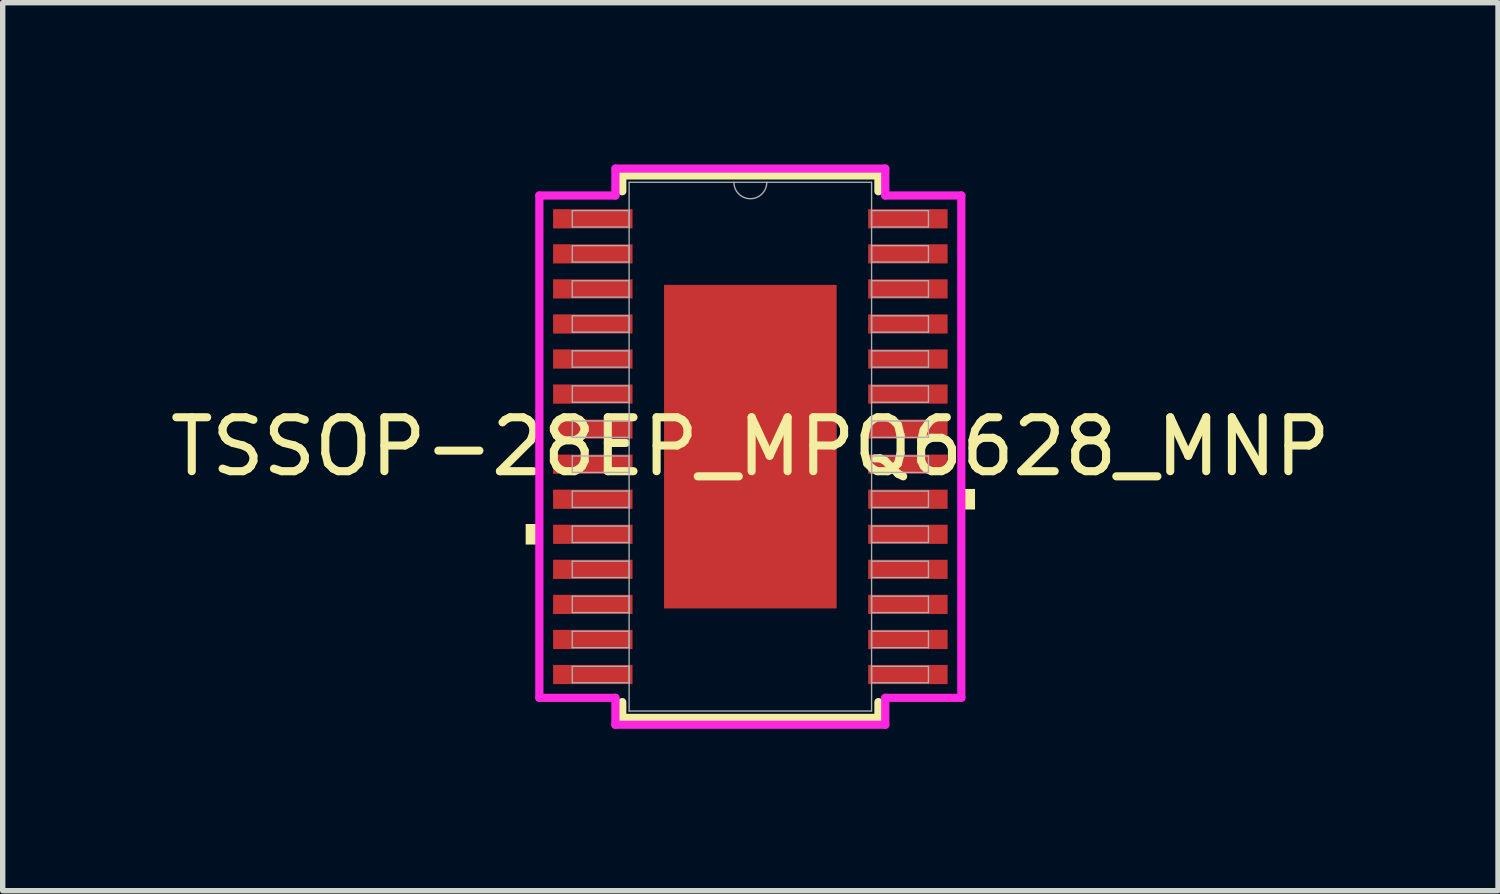
<source format=kicad_pcb>
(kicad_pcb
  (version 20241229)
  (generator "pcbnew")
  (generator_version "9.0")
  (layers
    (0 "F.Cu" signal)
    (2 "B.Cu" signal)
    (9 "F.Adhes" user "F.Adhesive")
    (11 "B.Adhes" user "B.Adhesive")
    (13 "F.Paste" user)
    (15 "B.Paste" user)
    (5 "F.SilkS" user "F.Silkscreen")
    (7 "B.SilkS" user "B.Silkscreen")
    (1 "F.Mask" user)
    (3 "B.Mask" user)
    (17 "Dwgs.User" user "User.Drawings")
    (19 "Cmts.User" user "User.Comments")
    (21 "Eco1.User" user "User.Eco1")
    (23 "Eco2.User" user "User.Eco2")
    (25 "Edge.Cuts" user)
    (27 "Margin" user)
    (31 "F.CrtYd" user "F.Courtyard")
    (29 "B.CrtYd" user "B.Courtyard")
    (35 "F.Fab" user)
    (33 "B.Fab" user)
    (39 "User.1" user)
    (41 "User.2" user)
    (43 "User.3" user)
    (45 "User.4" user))
  (footprint "TSSOP-28EP_MPQ6628_MNP"
    (layer "F.Cu")
    (at 10.863 5.232)
    (property "Reference" "TSSOP-28EP_MPQ6628_MNP" (at 0 0 0) (unlocked yes) (layer "F.SilkS") (effects (font (size 1 1) (thickness 0.15))))
    (attr smd)
    (fp_line (start -2.375 -5.029) (end -2.375 -4.736) (stroke (width 0.152) (type solid)) (layer "F.SilkS"))
    (fp_line (start -2.375 4.736) (end -2.375 5.029) (stroke (width 0.152) (type solid)) (layer "F.SilkS"))
    (fp_line (start -2.375 5.029) (end 2.375 5.029) (stroke (width 0.152) (type solid)) (layer "F.SilkS"))
    (fp_line (start 2.375 -5.029) (end -2.375 -5.029) (stroke (width 0.152) (type solid)) (layer "F.SilkS"))
    (fp_line (start 2.375 -4.736) (end 2.375 -5.029) (stroke (width 0.152) (type solid)) (layer "F.SilkS"))
    (fp_line (start 2.375 5.029) (end 2.375 4.736) (stroke (width 0.152) (type solid)) (layer "F.SilkS"))
    (fp_poly (pts (xy -4.166 1.434) (xy -4.166 1.815) (xy -3.912 1.815) (xy -3.912 1.434)) (stroke (width 0) (type solid)) (fill yes) (layer "F.SilkS"))
    (fp_poly (pts (xy 4.166 0.784) (xy 4.166 1.165) (xy 3.912 1.165) (xy 3.912 0.784)) (stroke (width 0) (type solid)) (fill yes) (layer "F.SilkS"))
    (fp_poly (pts (xy -1.5 -2.9) (xy -1.5 -1.6) (xy -0.1 -1.6) (xy -0.1 -2.9)) (stroke (width 0) (type solid)) (fill yes) (layer "F.Paste"))
    (fp_poly (pts (xy -1.5 0.1) (xy -1.5 1.4) (xy -0.1 1.4) (xy -0.1 0.1)) (stroke (width 0) (type solid)) (fill yes) (layer "F.Paste"))
    (fp_poly (pts (xy -1.5 1.6) (xy -1.5 2.9) (xy -0.1 2.9) (xy -0.1 1.6)) (stroke (width 0) (type solid)) (fill yes) (layer "F.Paste"))
    (fp_poly (pts (xy 0.1 -2.9) (xy 0.1 -1.6) (xy 1.5 -1.6) (xy 1.5 -2.9)) (stroke (width 0) (type solid)) (fill yes) (layer "F.Paste"))
    (fp_poly (pts (xy 0.1 -1.4) (xy 0.1 -0.1) (xy 1.5 -0.1) (xy 1.5 -1.4)) (stroke (width 0) (type solid)) (fill yes) (layer "F.Paste"))
    (fp_poly (pts (xy 0.1 0.1) (xy 0.1 1.4) (xy 1.5 1.4) (xy 1.5 0.1)) (stroke (width 0) (type solid)) (fill yes) (layer "F.Paste"))
    (fp_poly (pts (xy 0.1 1.6) (xy 0.1 2.9) (xy 1.5 2.9) (xy 1.5 1.6)) (stroke (width 0) (type solid)) (fill yes) (layer "F.Paste"))
    (fp_line (start -3.912 -4.657) (end -2.502 -4.657) (stroke (width 0.152) (type solid)) (layer "F.CrtYd"))
    (fp_line (start -3.912 4.657) (end -3.912 -4.657) (stroke (width 0.152) (type solid)) (layer "F.CrtYd"))
    (fp_line (start -3.912 4.657) (end -2.502 4.657) (stroke (width 0.152) (type solid)) (layer "F.CrtYd"))
    (fp_line (start -2.502 -5.156) (end 2.502 -5.156) (stroke (width 0.152) (type solid)) (layer "F.CrtYd"))
    (fp_line (start -2.502 -4.657) (end -2.502 -5.156) (stroke (width 0.152) (type solid)) (layer "F.CrtYd"))
    (fp_line (start -2.502 5.156) (end -2.502 4.657) (stroke (width 0.152) (type solid)) (layer "F.CrtYd"))
    (fp_line (start 2.502 -5.156) (end 2.502 -4.657) (stroke (width 0.152) (type solid)) (layer "F.CrtYd"))
    (fp_line (start 2.502 4.657) (end 2.502 5.156) (stroke (width 0.152) (type solid)) (layer "F.CrtYd"))
    (fp_line (start 2.502 5.156) (end -2.502 5.156) (stroke (width 0.152) (type solid)) (layer "F.CrtYd"))
    (fp_line (start 3.912 -4.657) (end 2.502 -4.657) (stroke (width 0.152) (type solid)) (layer "F.CrtYd"))
    (fp_line (start 3.912 -4.657) (end 3.912 4.657) (stroke (width 0.152) (type solid)) (layer "F.CrtYd"))
    (fp_line (start 3.912 4.657) (end 2.502 4.657) (stroke (width 0.152) (type solid)) (layer "F.CrtYd"))
    (fp_line (start -3.302 -4.377) (end -3.302 -4.073) (stroke (width 0.025) (type solid)) (layer "F.Fab"))
    (fp_line (start -3.302 -4.073) (end -2.248 -4.073) (stroke (width 0.025) (type solid)) (layer "F.Fab"))
    (fp_line (start -3.302 -3.727) (end -3.302 -3.423) (stroke (width 0.025) (type solid)) (layer "F.Fab"))
    (fp_line (start -3.302 -3.423) (end -2.248 -3.423) (stroke (width 0.025) (type solid)) (layer "F.Fab"))
    (fp_line (start -3.302 -3.077) (end -3.302 -2.773) (stroke (width 0.025) (type solid)) (layer "F.Fab"))
    (fp_line (start -3.302 -2.773) (end -2.248 -2.773) (stroke (width 0.025) (type solid)) (layer "F.Fab"))
    (fp_line (start -3.302 -2.427) (end -3.302 -2.123) (stroke (width 0.025) (type solid)) (layer "F.Fab"))
    (fp_line (start -3.302 -2.123) (end -2.248 -2.123) (stroke (width 0.025) (type solid)) (layer "F.Fab"))
    (fp_line (start -3.302 -1.777) (end -3.302 -1.473) (stroke (width 0.025) (type solid)) (layer "F.Fab"))
    (fp_line (start -3.302 -1.473) (end -2.248 -1.473) (stroke (width 0.025) (type solid)) (layer "F.Fab"))
    (fp_line (start -3.302 -1.127) (end -3.302 -0.823) (stroke (width 0.025) (type solid)) (layer "F.Fab"))
    (fp_line (start -3.302 -0.823) (end -2.248 -0.823) (stroke (width 0.025) (type solid)) (layer "F.Fab"))
    (fp_line (start -3.302 -0.477) (end -3.302 -0.173) (stroke (width 0.025) (type solid)) (layer "F.Fab"))
    (fp_line (start -3.302 -0.173) (end -2.248 -0.173) (stroke (width 0.025) (type solid)) (layer "F.Fab"))
    (fp_line (start -3.302 0.173) (end -3.302 0.477) (stroke (width 0.025) (type solid)) (layer "F.Fab"))
    (fp_line (start -3.302 0.477) (end -2.248 0.477) (stroke (width 0.025) (type solid)) (layer "F.Fab"))
    (fp_line (start -3.302 0.823) (end -3.302 1.127) (stroke (width 0.025) (type solid)) (layer "F.Fab"))
    (fp_line (start -3.302 1.127) (end -2.248 1.127) (stroke (width 0.025) (type solid)) (layer "F.Fab"))
    (fp_line (start -3.302 1.473) (end -3.302 1.777) (stroke (width 0.025) (type solid)) (layer "F.Fab"))
    (fp_line (start -3.302 1.777) (end -2.248 1.777) (stroke (width 0.025) (type solid)) (layer "F.Fab"))
    (fp_line (start -3.302 2.123) (end -3.302 2.427) (stroke (width 0.025) (type solid)) (layer "F.Fab"))
    (fp_line (start -3.302 2.427) (end -2.248 2.427) (stroke (width 0.025) (type solid)) (layer "F.Fab"))
    (fp_line (start -3.302 2.773) (end -3.302 3.077) (stroke (width 0.025) (type solid)) (layer "F.Fab"))
    (fp_line (start -3.302 3.077) (end -2.248 3.077) (stroke (width 0.025) (type solid)) (layer "F.Fab"))
    (fp_line (start -3.302 3.423) (end -3.302 3.727) (stroke (width 0.025) (type solid)) (layer "F.Fab"))
    (fp_line (start -3.302 3.727) (end -2.248 3.727) (stroke (width 0.025) (type solid)) (layer "F.Fab"))
    (fp_line (start -3.302 4.073) (end -3.302 4.377) (stroke (width 0.025) (type solid)) (layer "F.Fab"))
    (fp_line (start -3.302 4.377) (end -2.248 4.377) (stroke (width 0.025) (type solid)) (layer "F.Fab"))
    (fp_line (start -2.248 -4.902) (end -2.248 4.902) (stroke (width 0.025) (type solid)) (layer "F.Fab"))
    (fp_line (start -2.248 -4.377) (end -3.302 -4.377) (stroke (width 0.025) (type solid)) (layer "F.Fab"))
    (fp_line (start -2.248 -4.073) (end -2.248 -4.377) (stroke (width 0.025) (type solid)) (layer "F.Fab"))
    (fp_line (start -2.248 -3.727) (end -3.302 -3.727) (stroke (width 0.025) (type solid)) (layer "F.Fab"))
    (fp_line (start -2.248 -3.423) (end -2.248 -3.727) (stroke (width 0.025) (type solid)) (layer "F.Fab"))
    (fp_line (start -2.248 -3.077) (end -3.302 -3.077) (stroke (width 0.025) (type solid)) (layer "F.Fab"))
    (fp_line (start -2.248 -2.773) (end -2.248 -3.077) (stroke (width 0.025) (type solid)) (layer "F.Fab"))
    (fp_line (start -2.248 -2.427) (end -3.302 -2.427) (stroke (width 0.025) (type solid)) (layer "F.Fab"))
    (fp_line (start -2.248 -2.123) (end -2.248 -2.427) (stroke (width 0.025) (type solid)) (layer "F.Fab"))
    (fp_line (start -2.248 -1.777) (end -3.302 -1.777) (stroke (width 0.025) (type solid)) (layer "F.Fab"))
    (fp_line (start -2.248 -1.473) (end -2.248 -1.777) (stroke (width 0.025) (type solid)) (layer "F.Fab"))
    (fp_line (start -2.248 -1.127) (end -3.302 -1.127) (stroke (width 0.025) (type solid)) (layer "F.Fab"))
    (fp_line (start -2.248 -0.823) (end -2.248 -1.127) (stroke (width 0.025) (type solid)) (layer "F.Fab"))
    (fp_line (start -2.248 -0.477) (end -3.302 -0.477) (stroke (width 0.025) (type solid)) (layer "F.Fab"))
    (fp_line (start -2.248 -0.173) (end -2.248 -0.477) (stroke (width 0.025) (type solid)) (layer "F.Fab"))
    (fp_line (start -2.248 0.173) (end -3.302 0.173) (stroke (width 0.025) (type solid)) (layer "F.Fab"))
    (fp_line (start -2.248 0.477) (end -2.248 0.173) (stroke (width 0.025) (type solid)) (layer "F.Fab"))
    (fp_line (start -2.248 0.823) (end -3.302 0.823) (stroke (width 0.025) (type solid)) (layer "F.Fab"))
    (fp_line (start -2.248 1.127) (end -2.248 0.823) (stroke (width 0.025) (type solid)) (layer "F.Fab"))
    (fp_line (start -2.248 1.473) (end -3.302 1.473) (stroke (width 0.025) (type solid)) (layer "F.Fab"))
    (fp_line (start -2.248 1.777) (end -2.248 1.473) (stroke (width 0.025) (type solid)) (layer "F.Fab"))
    (fp_line (start -2.248 2.123) (end -3.302 2.123) (stroke (width 0.025) (type solid)) (layer "F.Fab"))
    (fp_line (start -2.248 2.427) (end -2.248 2.123) (stroke (width 0.025) (type solid)) (layer "F.Fab"))
    (fp_line (start -2.248 2.773) (end -3.302 2.773) (stroke (width 0.025) (type solid)) (layer "F.Fab"))
    (fp_line (start -2.248 3.077) (end -2.248 2.773) (stroke (width 0.025) (type solid)) (layer "F.Fab"))
    (fp_line (start -2.248 3.423) (end -3.302 3.423) (stroke (width 0.025) (type solid)) (layer "F.Fab"))
    (fp_line (start -2.248 3.727) (end -2.248 3.423) (stroke (width 0.025) (type solid)) (layer "F.Fab"))
    (fp_line (start -2.248 4.073) (end -3.302 4.073) (stroke (width 0.025) (type solid)) (layer "F.Fab"))
    (fp_line (start -2.248 4.377) (end -2.248 4.073) (stroke (width 0.025) (type solid)) (layer "F.Fab"))
    (fp_line (start -2.248 4.902) (end 2.248 4.902) (stroke (width 0.025) (type solid)) (layer "F.Fab"))
    (fp_line (start 2.248 -4.902) (end -2.248 -4.902) (stroke (width 0.025) (type solid)) (layer "F.Fab"))
    (fp_line (start 2.248 -4.377) (end 2.248 -4.073) (stroke (width 0.025) (type solid)) (layer "F.Fab"))
    (fp_line (start 2.248 -4.073) (end 3.302 -4.073) (stroke (width 0.025) (type solid)) (layer "F.Fab"))
    (fp_line (start 2.248 -3.727) (end 2.248 -3.423) (stroke (width 0.025) (type solid)) (layer "F.Fab"))
    (fp_line (start 2.248 -3.423) (end 3.302 -3.423) (stroke (width 0.025) (type solid)) (layer "F.Fab"))
    (fp_line (start 2.248 -3.077) (end 2.248 -2.773) (stroke (width 0.025) (type solid)) (layer "F.Fab"))
    (fp_line (start 2.248 -2.773) (end 3.302 -2.773) (stroke (width 0.025) (type solid)) (layer "F.Fab"))
    (fp_line (start 2.248 -2.427) (end 2.248 -2.123) (stroke (width 0.025) (type solid)) (layer "F.Fab"))
    (fp_line (start 2.248 -2.123) (end 3.302 -2.123) (stroke (width 0.025) (type solid)) (layer "F.Fab"))
    (fp_line (start 2.248 -1.777) (end 2.248 -1.473) (stroke (width 0.025) (type solid)) (layer "F.Fab"))
    (fp_line (start 2.248 -1.473) (end 3.302 -1.473) (stroke (width 0.025) (type solid)) (layer "F.Fab"))
    (fp_line (start 2.248 -1.127) (end 2.248 -0.823) (stroke (width 0.025) (type solid)) (layer "F.Fab"))
    (fp_line (start 2.248 -0.823) (end 3.302 -0.823) (stroke (width 0.025) (type solid)) (layer "F.Fab"))
    (fp_line (start 2.248 -0.477) (end 2.248 -0.173) (stroke (width 0.025) (type solid)) (layer "F.Fab"))
    (fp_line (start 2.248 -0.173) (end 3.302 -0.173) (stroke (width 0.025) (type solid)) (layer "F.Fab"))
    (fp_line (start 2.248 0.173) (end 2.248 0.477) (stroke (width 0.025) (type solid)) (layer "F.Fab"))
    (fp_line (start 2.248 0.477) (end 3.302 0.477) (stroke (width 0.025) (type solid)) (layer "F.Fab"))
    (fp_line (start 2.248 0.823) (end 2.248 1.127) (stroke (width 0.025) (type solid)) (layer "F.Fab"))
    (fp_line (start 2.248 1.127) (end 3.302 1.127) (stroke (width 0.025) (type solid)) (layer "F.Fab"))
    (fp_line (start 2.248 1.473) (end 2.248 1.777) (stroke (width 0.025) (type solid)) (layer "F.Fab"))
    (fp_line (start 2.248 1.777) (end 3.302 1.777) (stroke (width 0.025) (type solid)) (layer "F.Fab"))
    (fp_line (start 2.248 2.123) (end 2.248 2.427) (stroke (width 0.025) (type solid)) (layer "F.Fab"))
    (fp_line (start 2.248 2.427) (end 3.302 2.427) (stroke (width 0.025) (type solid)) (layer "F.Fab"))
    (fp_line (start 2.248 2.773) (end 2.248 3.077) (stroke (width 0.025) (type solid)) (layer "F.Fab"))
    (fp_line (start 2.248 3.077) (end 3.302 3.077) (stroke (width 0.025) (type solid)) (layer "F.Fab"))
    (fp_line (start 2.248 3.423) (end 2.248 3.727) (stroke (width 0.025) (type solid)) (layer "F.Fab"))
    (fp_line (start 2.248 3.727) (end 3.302 3.727) (stroke (width 0.025) (type solid)) (layer "F.Fab"))
    (fp_line (start 2.248 4.073) (end 2.248 4.377) (stroke (width 0.025) (type solid)) (layer "F.Fab"))
    (fp_line (start 2.248 4.377) (end 3.302 4.377) (stroke (width 0.025) (type solid)) (layer "F.Fab"))
    (fp_line (start 2.248 4.902) (end 2.248 -4.902) (stroke (width 0.025) (type solid)) (layer "F.Fab"))
    (fp_line (start 3.302 -4.377) (end 2.248 -4.377) (stroke (width 0.025) (type solid)) (layer "F.Fab"))
    (fp_line (start 3.302 -4.073) (end 3.302 -4.377) (stroke (width 0.025) (type solid)) (layer "F.Fab"))
    (fp_line (start 3.302 -3.727) (end 2.248 -3.727) (stroke (width 0.025) (type solid)) (layer "F.Fab"))
    (fp_line (start 3.302 -3.423) (end 3.302 -3.727) (stroke (width 0.025) (type solid)) (layer "F.Fab"))
    (fp_line (start 3.302 -3.077) (end 2.248 -3.077) (stroke (width 0.025) (type solid)) (layer "F.Fab"))
    (fp_line (start 3.302 -2.773) (end 3.302 -3.077) (stroke (width 0.025) (type solid)) (layer "F.Fab"))
    (fp_line (start 3.302 -2.427) (end 2.248 -2.427) (stroke (width 0.025) (type solid)) (layer "F.Fab"))
    (fp_line (start 3.302 -2.123) (end 3.302 -2.427) (stroke (width 0.025) (type solid)) (layer "F.Fab"))
    (fp_line (start 3.302 -1.777) (end 2.248 -1.777) (stroke (width 0.025) (type solid)) (layer "F.Fab"))
    (fp_line (start 3.302 -1.473) (end 3.302 -1.777) (stroke (width 0.025) (type solid)) (layer "F.Fab"))
    (fp_line (start 3.302 -1.127) (end 2.248 -1.127) (stroke (width 0.025) (type solid)) (layer "F.Fab"))
    (fp_line (start 3.302 -0.823) (end 3.302 -1.127) (stroke (width 0.025) (type solid)) (layer "F.Fab"))
    (fp_line (start 3.302 -0.477) (end 2.248 -0.477) (stroke (width 0.025) (type solid)) (layer "F.Fab"))
    (fp_line (start 3.302 -0.173) (end 3.302 -0.477) (stroke (width 0.025) (type solid)) (layer "F.Fab"))
    (fp_line (start 3.302 0.173) (end 2.248 0.173) (stroke (width 0.025) (type solid)) (layer "F.Fab"))
    (fp_line (start 3.302 0.477) (end 3.302 0.173) (stroke (width 0.025) (type solid)) (layer "F.Fab"))
    (fp_line (start 3.302 0.823) (end 2.248 0.823) (stroke (width 0.025) (type solid)) (layer "F.Fab"))
    (fp_line (start 3.302 1.127) (end 3.302 0.823) (stroke (width 0.025) (type solid)) (layer "F.Fab"))
    (fp_line (start 3.302 1.473) (end 2.248 1.473) (stroke (width 0.025) (type solid)) (layer "F.Fab"))
    (fp_line (start 3.302 1.777) (end 3.302 1.473) (stroke (width 0.025) (type solid)) (layer "F.Fab"))
    (fp_line (start 3.302 2.123) (end 2.248 2.123) (stroke (width 0.025) (type solid)) (layer "F.Fab"))
    (fp_line (start 3.302 2.427) (end 3.302 2.123) (stroke (width 0.025) (type solid)) (layer "F.Fab"))
    (fp_line (start 3.302 2.773) (end 2.248 2.773) (stroke (width 0.025) (type solid)) (layer "F.Fab"))
    (fp_line (start 3.302 3.077) (end 3.302 2.773) (stroke (width 0.025) (type solid)) (layer "F.Fab"))
    (fp_line (start 3.302 3.423) (end 2.248 3.423) (stroke (width 0.025) (type solid)) (layer "F.Fab"))
    (fp_line (start 3.302 3.727) (end 3.302 3.423) (stroke (width 0.025) (type solid)) (layer "F.Fab"))
    (fp_line (start 3.302 4.073) (end 2.248 4.073) (stroke (width 0.025) (type solid)) (layer "F.Fab"))
    (fp_line (start 3.302 4.377) (end 3.302 4.073) (stroke (width 0.025) (type solid)) (layer "F.Fab"))
    (fp_arc (start 0.3048 -4.9022) (mid 0 -4.5974) (end -0.3048 -4.9022) (stroke (width 0.0254) (type solid)) (layer "F.Fab"))
    (pad "1" smd rect (at -2.921 -4.225) (size 1.473 0.356) (layers "F.Cu" "F.Mask" "F.Paste"))
    (pad "2" smd rect (at -2.921 -3.575) (size 1.473 0.356) (layers "F.Cu" "F.Mask" "F.Paste"))
    (pad "3" smd rect (at -2.921 -2.925) (size 1.473 0.356) (layers "F.Cu" "F.Mask" "F.Paste"))
    (pad "4" smd rect (at -2.921 -2.275) (size 1.473 0.356) (layers "F.Cu" "F.Mask" "F.Paste"))
    (pad "5" smd rect (at -2.921 -1.625) (size 1.473 0.356) (layers "F.Cu" "F.Mask" "F.Paste"))
    (pad "6" smd rect (at -2.921 -0.975) (size 1.473 0.356) (layers "F.Cu" "F.Mask" "F.Paste"))
    (pad "7" smd rect (at -2.921 -0.325) (size 1.473 0.356) (layers "F.Cu" "F.Mask" "F.Paste"))
    (pad "8" smd rect (at -2.921 0.325) (size 1.473 0.356) (layers "F.Cu" "F.Mask" "F.Paste"))
    (pad "9" smd rect (at -2.921 0.975) (size 1.473 0.356) (layers "F.Cu" "F.Mask" "F.Paste"))
    (pad "10" smd rect (at -2.921 1.625) (size 1.473 0.356) (layers "F.Cu" "F.Mask" "F.Paste"))
    (pad "11" smd rect (at -2.921 2.275) (size 1.473 0.356) (layers "F.Cu" "F.Mask" "F.Paste"))
    (pad "12" smd rect (at -2.921 2.925) (size 1.473 0.356) (layers "F.Cu" "F.Mask" "F.Paste"))
    (pad "13" smd rect (at -2.921 3.575) (size 1.473 0.356) (layers "F.Cu" "F.Mask" "F.Paste"))
    (pad "14" smd rect (at -2.921 4.225) (size 1.473 0.356) (layers "F.Cu" "F.Mask" "F.Paste"))
    (pad "15" smd rect (at 2.921 4.225) (size 1.473 0.356) (layers "F.Cu" "F.Mask" "F.Paste"))
    (pad "16" smd rect (at 2.921 3.575) (size 1.473 0.356) (layers "F.Cu" "F.Mask" "F.Paste"))
    (pad "17" smd rect (at 2.921 2.925) (size 1.473 0.356) (layers "F.Cu" "F.Mask" "F.Paste"))
    (pad "18" smd rect (at 2.921 2.275) (size 1.473 0.356) (layers "F.Cu" "F.Mask" "F.Paste"))
    (pad "19" smd rect (at 2.921 1.625) (size 1.473 0.356) (layers "F.Cu" "F.Mask" "F.Paste"))
    (pad "20" smd rect (at 2.921 0.975) (size 1.473 0.356) (layers "F.Cu" "F.Mask" "F.Paste"))
    (pad "21" smd rect (at 2.921 0.325) (size 1.473 0.356) (layers "F.Cu" "F.Mask" "F.Paste"))
    (pad "22" smd rect (at 2.921 -0.325) (size 1.473 0.356) (layers "F.Cu" "F.Mask" "F.Paste"))
    (pad "23" smd rect (at 2.921 -0.975) (size 1.473 0.356) (layers "F.Cu" "F.Mask" "F.Paste"))
    (pad "24" smd rect (at 2.921 -1.625) (size 1.473 0.356) (layers "F.Cu" "F.Mask" "F.Paste"))
    (pad "25" smd rect (at 2.921 -2.275) (size 1.473 0.356) (layers "F.Cu" "F.Mask" "F.Paste"))
    (pad "26" smd rect (at 2.921 -2.925) (size 1.473 0.356) (layers "F.Cu" "F.Mask" "F.Paste"))
    (pad "27" smd rect (at 2.921 -3.575) (size 1.473 0.356) (layers "F.Cu" "F.Mask" "F.Paste"))
    (pad "28" smd rect (at 2.921 -4.225) (size 1.473 0.356) (layers "F.Cu" "F.Mask" "F.Paste"))
    (pad "29" smd rect (at 0 0) (size 3.2 6) (layers "F.Cu" "F.Mask")))
  (gr_rect
    (start -3 -3)
    (end 24.726 13.465)
    (stroke (width 0.1) (type default))
    (fill no)
    (layer "Edge.Cuts")))
</source>
